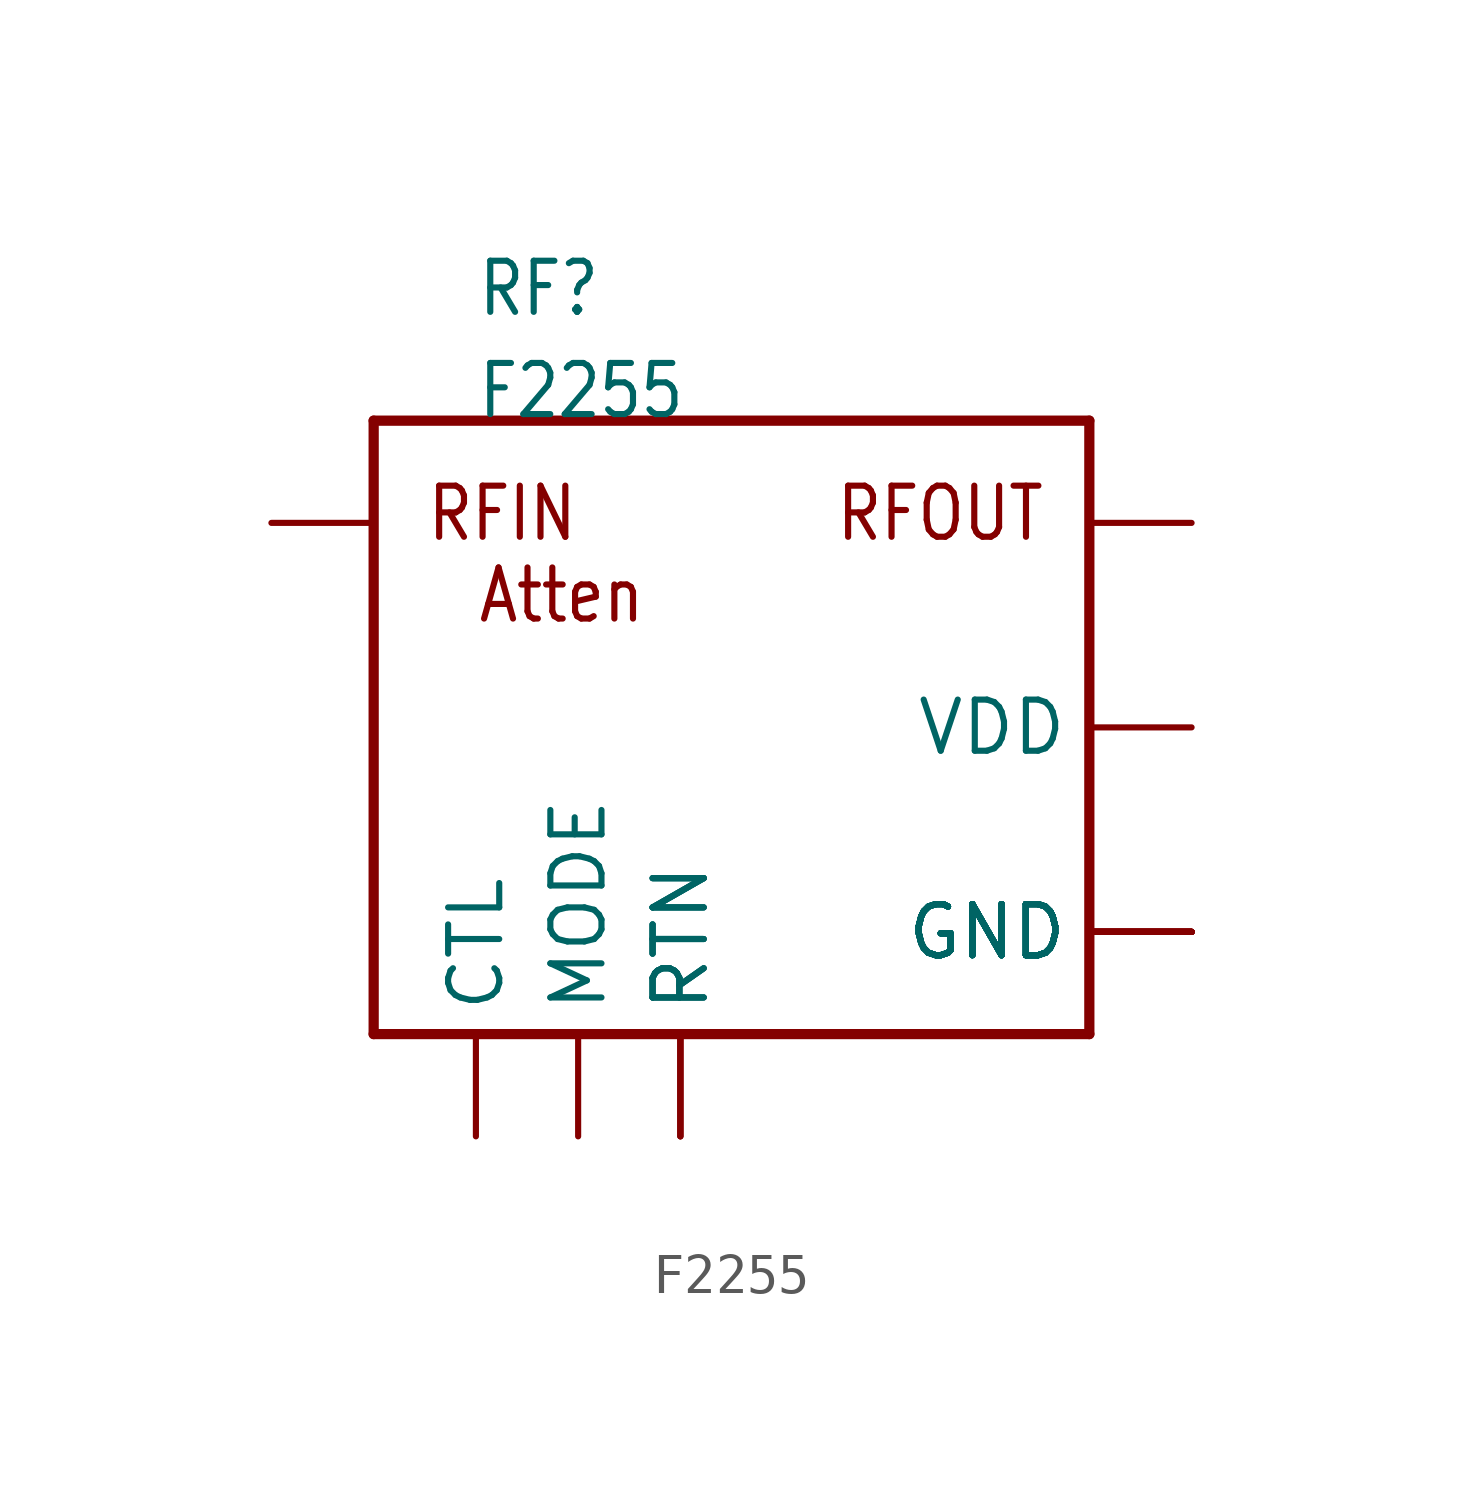
<source format=kicad_sym>
(kicad_symbol_lib
  (version 20211014)
  (generator kicad_symbol_editor)
  (symbol "F2255"
    (property "Reference" "RF"
      (at -5.08 10.16 0)
      (effects (font (size 1.27 1.079)) (justify left bottom)))
    (property "Value" "F2255"
      (at -5.08 7.62 0)
      (effects (font (size 1.27 1.079)) (justify left bottom)))
    (property "ki_locked" ""
      (at 0 0 0)
      (effects (font (size 1.27 1.27))))
    (symbol "F2255_1_0"
      (polyline (pts (xy -7.62 -7.62) (xy -7.62 7.62)) (stroke (width 0.254) (type default) (color 0 0 0 0)) (fill (type none)))
      (polyline (pts (xy -7.62 7.62) (xy 10.16 7.62)) (stroke (width 0.254) (type default) (color 0 0 0 0)) (fill (type none)))
      (polyline (pts (xy 10.16 -7.62) (xy -7.62 -7.62)) (stroke (width 0.254) (type default) (color 0 0 0 0)) (fill (type none)))
      (polyline (pts (xy 10.16 7.62) (xy 10.16 -7.62)) (stroke (width 0.254) (type default) (color 0 0 0 0)) (fill (type none)))
      (text "Atten" (at -5.08 2.54 0) (effects (font (size 1.27 1.079)) (justify left bottom)))
      (text "RFIN" (at -6.35 4.572 0) (effects (font (size 1.27 1.079)) (justify left bottom)))
      (text "RFOUT" (at 3.81 4.572 0) (effects (font (size 1.27 1.079)) (justify left bottom)))
      (pin bidirectional line (at 12.7 -5.08 180) (length 2.54) (name "GND" (effects (font (size 1.27 1.27)))) (number "1" (effects (font (size 0 0)))))
      (pin bidirectional line (at 12.7 5.08 180) (length 2.54) (name "RFOUT" (effects (font (size 0 0)))) (number "10" (effects (font (size 0 0)))))
      (pin bidirectional line (at 12.7 -5.08 180) (length 2.54) (name "GND" (effects (font (size 1.27 1.27)))) (number "11" (effects (font (size 0 0)))))
      (pin bidirectional line (at 12.7 -5.08 180) (length 2.54) (name "GND" (effects (font (size 1.27 1.27)))) (number "12" (effects (font (size 0 0)))))
      (pin bidirectional line (at 12.7 -5.08 180) (length 2.54) (name "GND" (effects (font (size 1.27 1.27)))) (number "13" (effects (font (size 0 0)))))
      (pin bidirectional line (at -5.08 -10.16 90) (length 2.54) (name "CTL" (effects (font (size 1.27 1.27)))) (number "14" (effects (font (size 0 0)))))
      (pin bidirectional line (at 12.7 0 180) (length 2.54) (name "VDD" (effects (font (size 1.27 1.27)))) (number "15" (effects (font (size 0 0)))))
      (pin bidirectional line (at -2.54 -10.16 90) (length 2.54) (name "MODE" (effects (font (size 1.27 1.27)))) (number "16" (effects (font (size 0 0)))))
      (pin bidirectional line (at 12.7 -5.08 180) (length 2.54) (name "GND" (effects (font (size 1.27 1.27)))) (number "17" (effects (font (size 0 0)))))
      (pin bidirectional line (at 12.7 -5.08 180) (length 2.54) (name "GND" (effects (font (size 1.27 1.27)))) (number "18" (effects (font (size 0 0)))))
      (pin bidirectional line (at 12.7 -5.08 180) (length 2.54) (name "GND" (effects (font (size 1.27 1.27)))) (number "19" (effects (font (size 0 0)))))
      (pin bidirectional line (at 12.7 -5.08 180) (length 2.54) (name "GND" (effects (font (size 1.27 1.27)))) (number "2" (effects (font (size 0 0)))))
      (pin bidirectional line (at 12.7 -5.08 180) (length 2.54) (name "GND" (effects (font (size 1.27 1.27)))) (number "20" (effects (font (size 0 0)))))
      (pin bidirectional line (at 12.7 -5.08 180) (length 2.54) (name "GND" (effects (font (size 1.27 1.27)))) (number "21" (effects (font (size 0 0)))))
      (pin bidirectional line (at -10.16 5.08 0) (length 2.54) (name "RFIN" (effects (font (size 0 0)))) (number "3" (effects (font (size 0 0)))))
      (pin bidirectional line (at 12.7 -5.08 180) (length 2.54) (name "GND" (effects (font (size 1.27 1.27)))) (number "4" (effects (font (size 0 0)))))
      (pin bidirectional line (at 0 -10.16 90) (length 2.54) (name "RTN" (effects (font (size 1.27 1.27)))) (number "5" (effects (font (size 0 0)))))
      (pin bidirectional line (at 0 -10.16 90) (length 2.54) (name "RTN" (effects (font (size 1.27 1.27)))) (number "6" (effects (font (size 0 0)))))
      (pin bidirectional line (at 12.7 -5.08 180) (length 2.54) (name "GND" (effects (font (size 1.27 1.27)))) (number "7" (effects (font (size 0 0)))))
      (pin bidirectional line (at 0 -10.16 90) (length 2.54) (name "RTN" (effects (font (size 1.27 1.27)))) (number "8" (effects (font (size 0 0)))))
      (pin bidirectional line (at 12.7 -5.08 180) (length 2.54) (name "GND" (effects (font (size 1.27 1.27)))) (number "9" (effects (font (size 0 0))))))))
</source>
